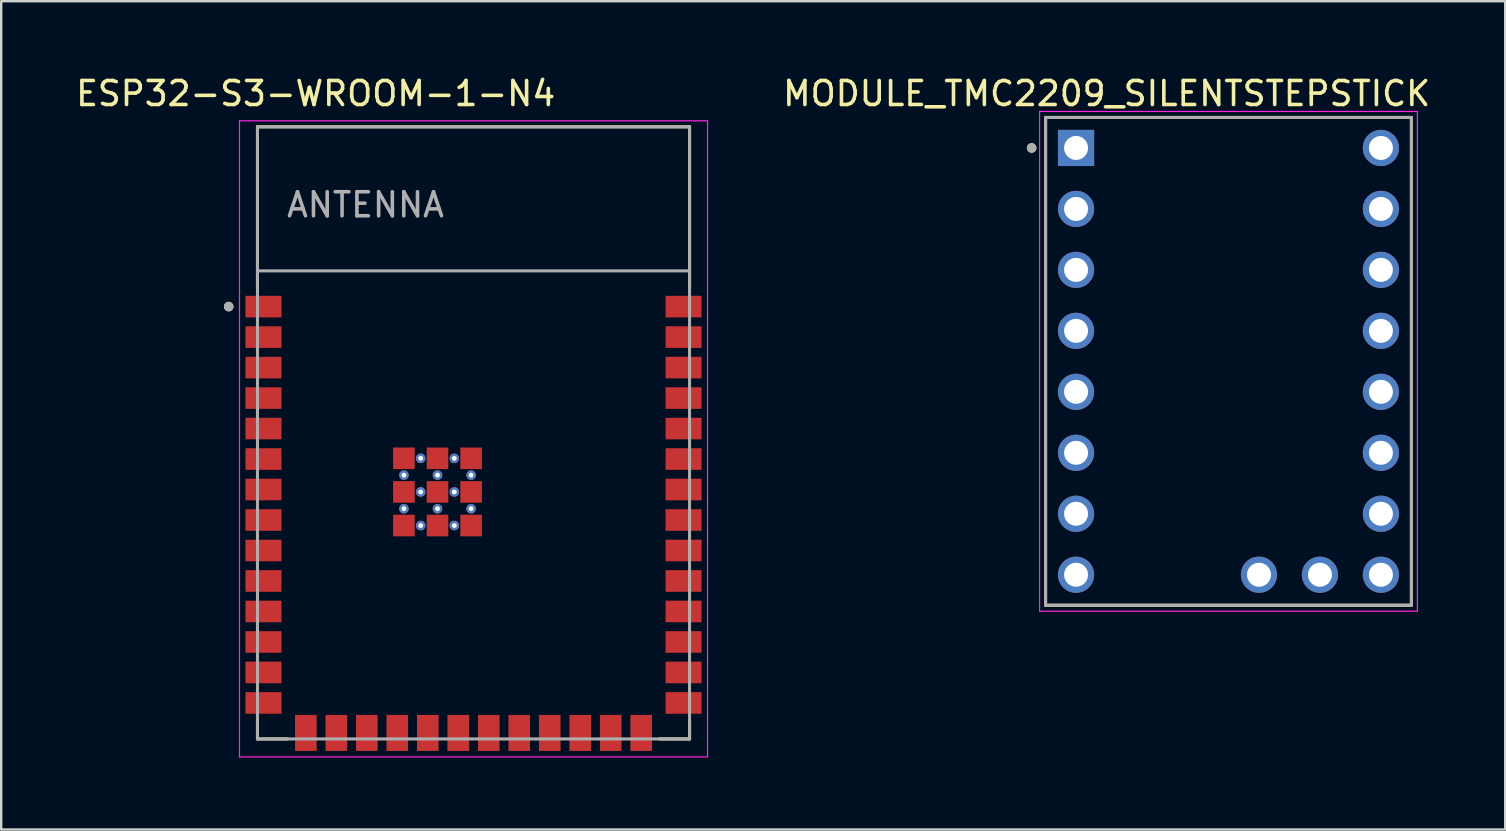
<source format=kicad_pcb>
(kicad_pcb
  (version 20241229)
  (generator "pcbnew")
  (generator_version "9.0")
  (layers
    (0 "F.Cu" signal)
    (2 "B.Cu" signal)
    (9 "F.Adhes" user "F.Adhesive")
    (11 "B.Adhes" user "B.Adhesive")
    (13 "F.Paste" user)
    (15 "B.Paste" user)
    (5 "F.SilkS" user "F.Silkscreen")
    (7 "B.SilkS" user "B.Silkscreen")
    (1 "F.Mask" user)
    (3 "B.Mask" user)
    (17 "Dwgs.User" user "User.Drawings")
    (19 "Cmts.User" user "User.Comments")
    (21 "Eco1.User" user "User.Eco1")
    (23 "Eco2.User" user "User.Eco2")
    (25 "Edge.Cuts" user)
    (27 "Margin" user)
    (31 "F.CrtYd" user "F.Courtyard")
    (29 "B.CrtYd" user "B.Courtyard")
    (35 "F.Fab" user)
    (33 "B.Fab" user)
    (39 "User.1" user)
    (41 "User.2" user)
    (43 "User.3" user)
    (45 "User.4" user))
  (footprint "MODULE_TMC2209_SILENTSTEPSTICK"
    (layer "F.Cu")
    (at 48.127 12.003)
    (property "Reference" "MODULE_TMC2209_SILENTSTEPSTICK" (at -5.075 -11.155 0) (layer "F.SilkS") (effects (font (size 1 1) (thickness 0.15))))
    (attr through_hole)
    (fp_line (start -7.62 -10.16) (end 7.62 -10.16) (stroke (width 0.127) (type solid)) (layer "F.SilkS"))
    (fp_line (start -7.62 10.16) (end -7.62 -10.16) (stroke (width 0.127) (type solid)) (layer "F.SilkS"))
    (fp_line (start 7.62 -10.16) (end 7.62 10.16) (stroke (width 0.127) (type solid)) (layer "F.SilkS"))
    (fp_line (start 7.62 10.16) (end -7.62 10.16) (stroke (width 0.127) (type solid)) (layer "F.SilkS"))
    (fp_circle (center -8.2 -8.89) (end -8.1 -8.89) (stroke (width 0.2) (type solid)) (fill no) (layer "F.SilkS"))
    (fp_line (start -7.87 -10.41) (end 7.87 -10.41) (stroke (width 0.05) (type solid)) (layer "F.CrtYd"))
    (fp_line (start -7.87 10.41) (end -7.87 -10.41) (stroke (width 0.05) (type solid)) (layer "F.CrtYd"))
    (fp_line (start 7.87 -10.41) (end 7.87 10.41) (stroke (width 0.05) (type solid)) (layer "F.CrtYd"))
    (fp_line (start 7.87 10.41) (end -7.87 10.41) (stroke (width 0.05) (type solid)) (layer "F.CrtYd"))
    (fp_line (start -7.62 -10.16) (end 7.62 -10.16) (stroke (width 0.127) (type solid)) (layer "F.Fab"))
    (fp_line (start -7.62 10.16) (end -7.62 -10.16) (stroke (width 0.127) (type solid)) (layer "F.Fab"))
    (fp_line (start 7.62 -10.16) (end 7.62 10.16) (stroke (width 0.127) (type solid)) (layer "F.Fab"))
    (fp_line (start 7.62 10.16) (end -7.62 10.16) (stroke (width 0.127) (type solid)) (layer "F.Fab"))
    (fp_circle (center -8.2 -8.89) (end -8.1 -8.89) (stroke (width 0.2) (type solid)) (fill no) (layer "F.Fab"))
    (pad "1" thru_hole rect (at -6.35 -8.89) (size 1.508 1.508) (drill 1) (layers "*.Cu" "*.Mask"))
    (pad "2" thru_hole circle (at -6.35 -6.35) (size 1.508 1.508) (drill 1) (layers "*.Cu" "*.Mask"))
    (pad "3" thru_hole circle (at -6.35 -3.81) (size 1.508 1.508) (drill 1) (layers "*.Cu" "*.Mask"))
    (pad "4" thru_hole circle (at -6.35 -1.27) (size 1.508 1.508) (drill 1) (layers "*.Cu" "*.Mask"))
    (pad "5" thru_hole circle (at -6.35 1.27) (size 1.508 1.508) (drill 1) (layers "*.Cu" "*.Mask"))
    (pad "6" thru_hole circle (at -6.35 3.81) (size 1.508 1.508) (drill 1) (layers "*.Cu" "*.Mask"))
    (pad "7" thru_hole circle (at -6.35 6.35) (size 1.508 1.508) (drill 1) (layers "*.Cu" "*.Mask"))
    (pad "8" thru_hole circle (at -6.35 8.89) (size 1.508 1.508) (drill 1) (layers "*.Cu" "*.Mask"))
    (pad "9" thru_hole circle (at 6.35 -8.89) (size 1.508 1.508) (drill 1) (layers "*.Cu" "*.Mask"))
    (pad "10" thru_hole circle (at 6.35 -6.35) (size 1.508 1.508) (drill 1) (layers "*.Cu" "*.Mask"))
    (pad "11" thru_hole circle (at 6.35 -3.81) (size 1.508 1.508) (drill 1) (layers "*.Cu" "*.Mask"))
    (pad "12" thru_hole circle (at 6.35 -1.27) (size 1.508 1.508) (drill 1) (layers "*.Cu" "*.Mask"))
    (pad "13" thru_hole circle (at 6.35 1.27) (size 1.508 1.508) (drill 1) (layers "*.Cu" "*.Mask"))
    (pad "14" thru_hole circle (at 6.35 3.81) (size 1.508 1.508) (drill 1) (layers "*.Cu" "*.Mask"))
    (pad "15" thru_hole circle (at 6.35 6.35) (size 1.508 1.508) (drill 1) (layers "*.Cu" "*.Mask"))
    (pad "16" thru_hole circle (at 6.35 8.89) (size 1.508 1.508) (drill 1) (layers "*.Cu" "*.Mask"))
    (pad "17" thru_hole circle (at 1.27 8.89) (size 1.508 1.508) (drill 1) (layers "*.Cu" "*.Mask"))
    (pad "18" thru_hole circle (at 3.81 8.89) (size 1.508 1.508) (drill 1) (layers "*.Cu" "*.Mask")))
  (footprint "ESP32-S3-WROOM-1-N4"
    (layer "F.Cu")
    (at 16.676 14.983)
    (property "Reference" "ESP32-S3-WROOM-1-N4" (at -6.575 -14.135 0) (layer "F.SilkS") (effects (font (size 1 1) (thickness 0.15))))
    (attr smd)
    (fp_line (start -9 -12.75) (end 9 -12.75) (stroke (width 0.127) (type solid)) (layer "F.SilkS"))
    (fp_line (start -9 -6.03) (end -9 -12.75) (stroke (width 0.127) (type solid)) (layer "F.SilkS"))
    (fp_line (start -9 12.02) (end -9 12.75) (stroke (width 0.127) (type solid)) (layer "F.SilkS"))
    (fp_line (start -9 12.75) (end -7.755 12.75) (stroke (width 0.127) (type solid)) (layer "F.SilkS"))
    (fp_line (start 9 -12.75) (end 9 -6.03) (stroke (width 0.127) (type solid)) (layer "F.SilkS"))
    (fp_line (start 9 12.02) (end 9 12.75) (stroke (width 0.127) (type solid)) (layer "F.SilkS"))
    (fp_line (start 9 12.75) (end 7.755 12.75) (stroke (width 0.127) (type solid)) (layer "F.SilkS"))
    (fp_circle (center -10.2 -5.26) (end -10.1 -5.26) (stroke (width 0.2) (type solid)) (fill no) (layer "F.SilkS"))
    (fp_line (start -9.75 -13) (end 9.75 -13) (stroke (width 0.05) (type solid)) (layer "F.CrtYd"))
    (fp_line (start -9.75 13.5) (end -9.75 -13) (stroke (width 0.05) (type solid)) (layer "F.CrtYd"))
    (fp_line (start -9.75 13.5) (end 9.75 13.5) (stroke (width 0.05) (type solid)) (layer "F.CrtYd"))
    (fp_line (start 9.75 -13) (end 9.75 13.5) (stroke (width 0.05) (type solid)) (layer "F.CrtYd"))
    (fp_line (start -9 -12.75) (end 9 -12.75) (stroke (width 0.127) (type solid)) (layer "F.Fab"))
    (fp_line (start -9 -6.75) (end -9 -12.75) (stroke (width 0.127) (type solid)) (layer "F.Fab"))
    (fp_line (start -9 -6.75) (end 9 -6.75) (stroke (width 0.127) (type solid)) (layer "F.Fab"))
    (fp_line (start -9 12.75) (end -9 -6.75) (stroke (width 0.127) (type solid)) (layer "F.Fab"))
    (fp_line (start 9 -12.75) (end 9 -6.75) (stroke (width 0.127) (type solid)) (layer "F.Fab"))
    (fp_line (start 9 -6.75) (end 9 12.75) (stroke (width 0.127) (type solid)) (layer "F.Fab"))
    (fp_line (start 9 12.75) (end -9 12.75) (stroke (width 0.127) (type solid)) (layer "F.Fab"))
    (fp_circle (center -10.2 -5.26) (end -10.1 -5.26) (stroke (width 0.2) (type solid)) (fill no) (layer "F.Fab"))
    (fp_text user "ANTENNA" (at -4.5 -9.5 0) (layer "F.Fab") (effects (font (size 1 1) (thickness 0.15))))
    (pad "1" smd rect (at -8.75 -5.26) (size 1.5 0.9) (layers "F.Cu" "F.Mask" "F.Paste"))
    (pad "2" smd rect (at -8.75 -3.99) (size 1.5 0.9) (layers "F.Cu" "F.Mask" "F.Paste"))
    (pad "3" smd rect (at -8.75 -2.72) (size 1.5 0.9) (layers "F.Cu" "F.Mask" "F.Paste"))
    (pad "4" smd rect (at -8.75 -1.45) (size 1.5 0.9) (layers "F.Cu" "F.Mask" "F.Paste"))
    (pad "5" smd rect (at -8.75 -0.18) (size 1.5 0.9) (layers "F.Cu" "F.Mask" "F.Paste"))
    (pad "6" smd rect (at -8.75 1.09) (size 1.5 0.9) (layers "F.Cu" "F.Mask" "F.Paste"))
    (pad "7" smd rect (at -8.75 2.36) (size 1.5 0.9) (layers "F.Cu" "F.Mask" "F.Paste"))
    (pad "8" smd rect (at -8.75 3.63) (size 1.5 0.9) (layers "F.Cu" "F.Mask" "F.Paste"))
    (pad "9" smd rect (at -8.75 4.9) (size 1.5 0.9) (layers "F.Cu" "F.Mask" "F.Paste"))
    (pad "10" smd rect (at -8.75 6.17) (size 1.5 0.9) (layers "F.Cu" "F.Mask" "F.Paste"))
    (pad "11" smd rect (at -8.75 7.44) (size 1.5 0.9) (layers "F.Cu" "F.Mask" "F.Paste"))
    (pad "12" smd rect (at -8.75 8.71) (size 1.5 0.9) (layers "F.Cu" "F.Mask" "F.Paste"))
    (pad "13" smd rect (at -8.75 9.98) (size 1.5 0.9) (layers "F.Cu" "F.Mask" "F.Paste"))
    (pad "14" smd rect (at -8.75 11.25) (size 1.5 0.9) (layers "F.Cu" "F.Mask" "F.Paste"))
    (pad "15" smd rect (at -6.985 12.5) (size 0.9 1.5) (layers "F.Cu" "F.Mask" "F.Paste"))
    (pad "16" smd rect (at -5.715 12.5) (size 0.9 1.5) (layers "F.Cu" "F.Mask" "F.Paste"))
    (pad "17" smd rect (at -4.445 12.5) (size 0.9 1.5) (layers "F.Cu" "F.Mask" "F.Paste"))
    (pad "18" smd rect (at -3.175 12.5) (size 0.9 1.5) (layers "F.Cu" "F.Mask" "F.Paste"))
    (pad "19" smd rect (at -1.905 12.5) (size 0.9 1.5) (layers "F.Cu" "F.Mask" "F.Paste"))
    (pad "20" smd rect (at -0.635 12.5) (size 0.9 1.5) (layers "F.Cu" "F.Mask" "F.Paste"))
    (pad "21" smd rect (at 0.635 12.5) (size 0.9 1.5) (layers "F.Cu" "F.Mask" "F.Paste"))
    (pad "22" smd rect (at 1.905 12.5) (size 0.9 1.5) (layers "F.Cu" "F.Mask" "F.Paste"))
    (pad "23" smd rect (at 3.175 12.5) (size 0.9 1.5) (layers "F.Cu" "F.Mask" "F.Paste"))
    (pad "24" smd rect (at 4.445 12.5) (size 0.9 1.5) (layers "F.Cu" "F.Mask" "F.Paste"))
    (pad "25" smd rect (at 5.715 12.5) (size 0.9 1.5) (layers "F.Cu" "F.Mask" "F.Paste"))
    (pad "26" smd rect (at 6.985 12.5) (size 0.9 1.5) (layers "F.Cu" "F.Mask" "F.Paste"))
    (pad "27" smd rect (at 8.75 11.25) (size 1.5 0.9) (layers "F.Cu" "F.Mask" "F.Paste"))
    (pad "28" smd rect (at 8.75 9.98) (size 1.5 0.9) (layers "F.Cu" "F.Mask" "F.Paste"))
    (pad "29" smd rect (at 8.75 8.71) (size 1.5 0.9) (layers "F.Cu" "F.Mask" "F.Paste"))
    (pad "30" smd rect (at 8.75 7.44) (size 1.5 0.9) (layers "F.Cu" "F.Mask" "F.Paste"))
    (pad "31" smd rect (at 8.75 6.17) (size 1.5 0.9) (layers "F.Cu" "F.Mask" "F.Paste"))
    (pad "32" smd rect (at 8.75 4.9) (size 1.5 0.9) (layers "F.Cu" "F.Mask" "F.Paste"))
    (pad "33" smd rect (at 8.75 3.63) (size 1.5 0.9) (layers "F.Cu" "F.Mask" "F.Paste"))
    (pad "34" smd rect (at 8.75 2.36) (size 1.5 0.9) (layers "F.Cu" "F.Mask" "F.Paste"))
    (pad "35" smd rect (at 8.75 1.09) (size 1.5 0.9) (layers "F.Cu" "F.Mask" "F.Paste"))
    (pad "36" smd rect (at 8.75 -0.18) (size 1.5 0.9) (layers "F.Cu" "F.Mask" "F.Paste"))
    (pad "37" smd rect (at 8.75 -1.45) (size 1.5 0.9) (layers "F.Cu" "F.Mask" "F.Paste"))
    (pad "38" smd rect (at 8.75 -2.72) (size 1.5 0.9) (layers "F.Cu" "F.Mask" "F.Paste"))
    (pad "39" smd rect (at 8.75 -3.99) (size 1.5 0.9) (layers "F.Cu" "F.Mask" "F.Paste"))
    (pad "40" smd rect (at 8.75 -5.26) (size 1.5 0.9) (layers "F.Cu" "F.Mask" "F.Paste"))
    (pad "41_1" smd rect (at -1.5 2.46) (size 0.9 0.9) (layers "F.Cu" "F.Mask" "F.Paste"))
    (pad "41_2" smd rect (at -2.9 2.46) (size 0.9 0.9) (layers "F.Cu" "F.Mask" "F.Paste"))
    (pad "41_3" smd rect (at -0.1 2.46) (size 0.9 0.9) (layers "F.Cu" "F.Mask" "F.Paste"))
    (pad "41_4" smd rect (at -2.9 3.86) (size 0.9 0.9) (layers "F.Cu" "F.Mask" "F.Paste"))
    (pad "41_5" smd rect (at -1.5 3.86) (size 0.9 0.9) (layers "F.Cu" "F.Mask" "F.Paste"))
    (pad "41_6" smd rect (at -0.1 3.86) (size 0.9 0.9) (layers "F.Cu" "F.Mask" "F.Paste"))
    (pad "41_7" smd rect (at -2.9 1.06) (size 0.9 0.9) (layers "F.Cu" "F.Mask" "F.Paste"))
    (pad "41_8" smd rect (at -1.5 1.06) (size 0.9 0.9) (layers "F.Cu" "F.Mask" "F.Paste"))
    (pad "41_9" smd rect (at -0.1 1.06) (size 0.9 0.9) (layers "F.Cu" "F.Mask" "F.Paste"))
    (pad "41_10" thru_hole circle (at -1.5 1.76) (size 0.4 0.4) (drill 0.2) (layers "*.Cu"))
    (pad "41_11" thru_hole circle (at -2.9 1.76) (size 0.4 0.4) (drill 0.2) (layers "*.Cu"))
    (pad "41_12" thru_hole circle (at -0.1 1.76) (size 0.4 0.4) (drill 0.2) (layers "*.Cu"))
    (pad "41_13" thru_hole circle (at -2.9 3.16) (size 0.4 0.4) (drill 0.2) (layers "*.Cu"))
    (pad "41_14" thru_hole circle (at -1.5 3.16) (size 0.4 0.4) (drill 0.2) (layers "*.Cu"))
    (pad "41_15" thru_hole circle (at -0.1 3.16) (size 0.4 0.4) (drill 0.2) (layers "*.Cu"))
    (pad "41_16" thru_hole circle (at -2.2 1.06) (size 0.4 0.4) (drill 0.2) (layers "*.Cu"))
    (pad "41_17" thru_hole circle (at -0.8 1.06) (size 0.4 0.4) (drill 0.2) (layers "*.Cu"))
    (pad "41_18" thru_hole circle (at -2.2 2.46) (size 0.4 0.4) (drill 0.2) (layers "*.Cu"))
    (pad "41_19" thru_hole circle (at -0.8 2.46) (size 0.4 0.4) (drill 0.2) (layers "*.Cu"))
    (pad "41_20" thru_hole circle (at -2.2 3.86) (size 0.4 0.4) (drill 0.2) (layers "*.Cu"))
    (pad "41_21" thru_hole circle (at -0.8 3.86) (size 0.4 0.4) (drill 0.2) (layers "*.Cu"))
    (zone (net_name "") (layer "F.Cu") (hatch full 0.508) (connect_pads) (min_thickness 0.01) (filled_areas_thickness no) (keepout (tracks not_allowed) (vias not_allowed) (pads not_allowed) (copperpour not_allowed) (footprints allowed)) (placement (enabled no)) (fill) (polygon (pts (xy 7.676 2.233) (xy 25.676 2.233) (xy 25.676 8.233) (xy 7.676 8.233))))
    (zone (net_name "") (layers "F.Cu" "B.Cu") (hatch full 0.508) (connect_pads) (min_thickness 0.01) (filled_areas_thickness no) (keepout (tracks allowed) (vias not_allowed) (pads allowed) (copperpour allowed) (footprints allowed)) (placement (enabled no)) (fill) (polygon (pts (xy 7.676 2.233) (xy 25.676 2.233) (xy 25.676 8.233) (xy 7.676 8.233))))
    (zone (net_name "") (layer "B.Cu") (hatch full 0.508) (connect_pads) (min_thickness 0.01) (filled_areas_thickness no) (keepout (tracks not_allowed) (vias not_allowed) (pads not_allowed) (copperpour not_allowed) (footprints allowed)) (placement (enabled no)) (fill) (polygon (pts (xy 7.676 2.233) (xy 25.676 2.233) (xy 25.676 8.233) (xy 7.676 8.233)))))
  (gr_rect
    (start -3 -3)
    (end 59.654 31.508)
    (stroke (width 0.1) (type default))
    (fill no)
    (layer "Edge.Cuts")))
</source>
